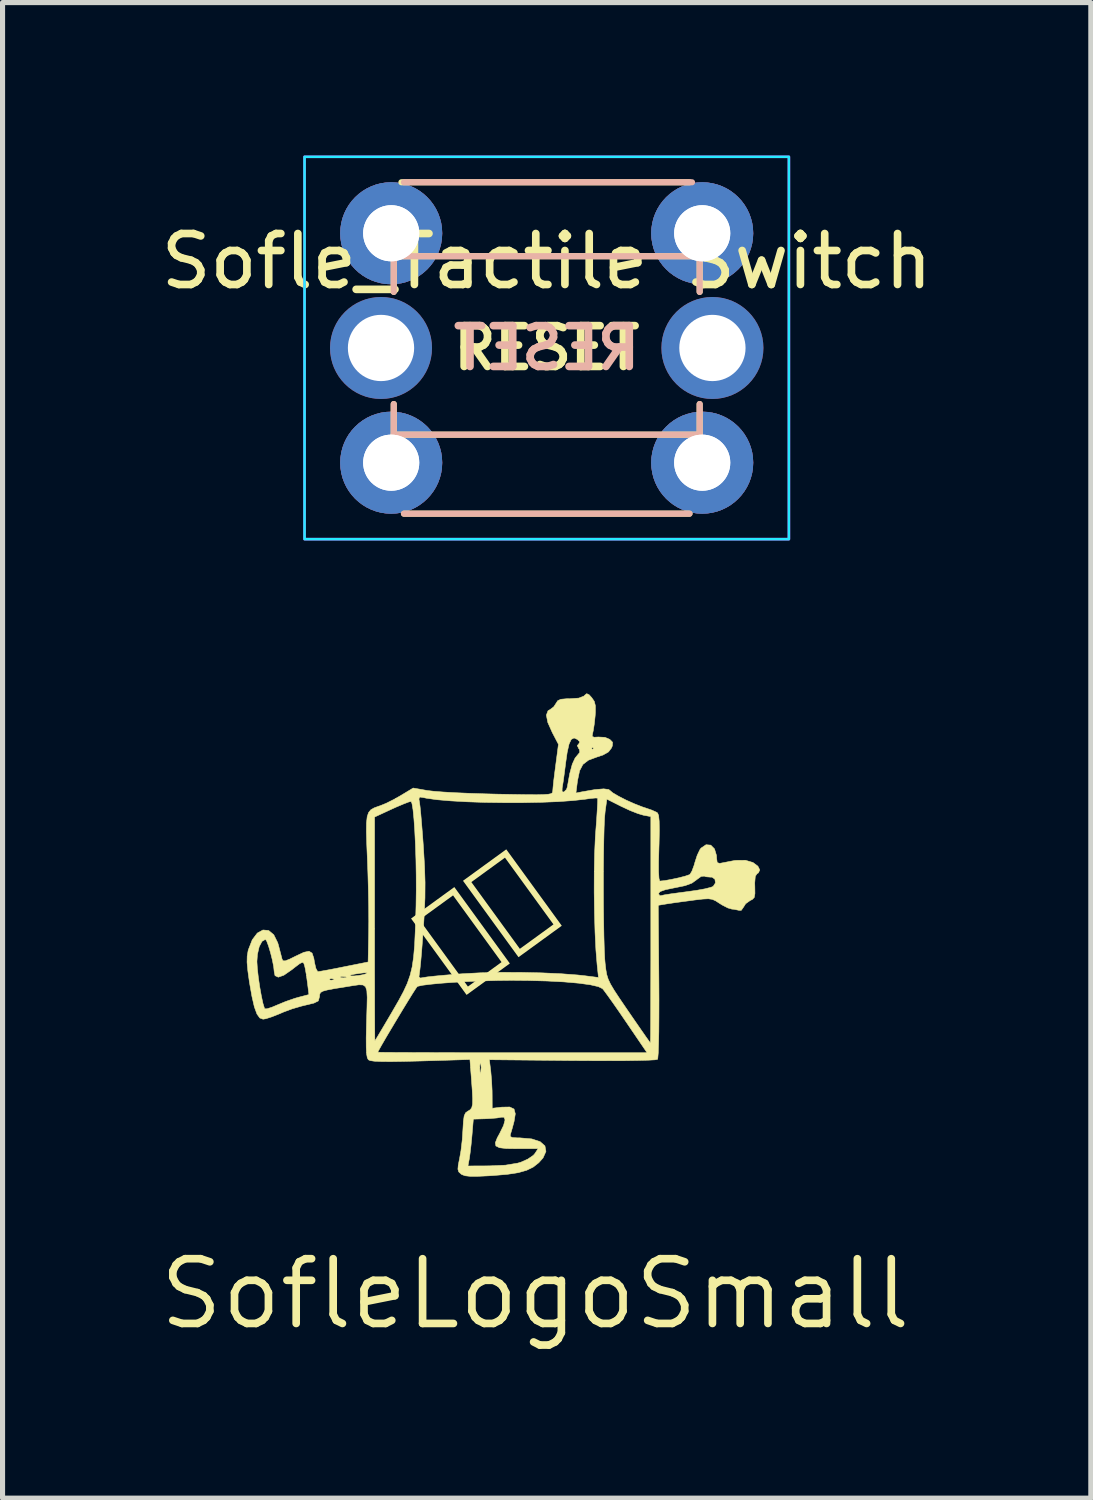
<source format=kicad_pcb>
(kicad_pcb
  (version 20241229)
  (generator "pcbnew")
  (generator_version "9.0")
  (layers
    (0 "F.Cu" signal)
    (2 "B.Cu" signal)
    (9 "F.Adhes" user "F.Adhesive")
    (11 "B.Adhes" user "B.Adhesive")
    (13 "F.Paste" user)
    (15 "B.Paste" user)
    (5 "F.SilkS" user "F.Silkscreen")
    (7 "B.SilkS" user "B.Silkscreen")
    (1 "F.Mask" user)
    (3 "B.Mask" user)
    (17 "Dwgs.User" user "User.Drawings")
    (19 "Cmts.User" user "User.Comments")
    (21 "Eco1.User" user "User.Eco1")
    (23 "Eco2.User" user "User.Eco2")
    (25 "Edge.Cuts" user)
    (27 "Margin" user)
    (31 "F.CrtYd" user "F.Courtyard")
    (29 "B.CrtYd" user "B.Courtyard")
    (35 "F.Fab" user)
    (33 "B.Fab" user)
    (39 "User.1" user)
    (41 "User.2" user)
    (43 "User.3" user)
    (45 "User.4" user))
  (footprint "SofleLogoSmall"
    (layer "F.Cu")
    (at 7.446 22.328)
    (property "Reference" "SofleLogoSmall" (at 0 0 0) (layer "F.SilkS") (effects (font (size 1.27 1.27) (thickness 0.15))))
    (attr through_hole)
    (fp_poly (pts (xy 1.058 -11.752) (xy 1.109 -11.696) (xy 1.16 -11.622) (xy 1.182 -11.535) (xy 1.182 -11.407) (xy 1.177 -11.336) (xy 1.161 -11.183) (xy 1.141 -11.054) (xy 1.128 -10.995) (xy 1.118 -10.937) (xy 1.155 -10.918) (xy 1.24 -10.923) (xy 1.37 -10.916) (xy 1.463 -10.877) (xy 1.519 -10.82) (xy 1.515 -10.751) (xy 1.497 -10.707) (xy 1.438 -10.63) (xy 1.33 -10.569) (xy 1.211 -10.53) (xy 1.045 -10.468) (xy 0.937 -10.385) (xy 0.872 -10.261) (xy 0.833 -10.075) (xy 0.829 -10.051) (xy 0.8 -9.824) (xy 0.921 -9.848) (xy 1.169 -9.891) (xy 1.344 -9.906) (xy 1.443 -9.893) (xy 1.463 -9.878) (xy 1.521 -9.829) (xy 1.637 -9.761) (xy 1.787 -9.684) (xy 1.951 -9.611) (xy 2.105 -9.551) (xy 2.163 -9.532) (xy 2.288 -9.489) (xy 2.381 -9.447) (xy 2.402 -9.432) (xy 2.422 -9.382) (xy 2.433 -9.27) (xy 2.436 -9.089) (xy 2.431 -8.834) (xy 2.428 -8.743) (xy 2.421 -8.48) (xy 2.421 -8.281) (xy 2.429 -8.151) (xy 2.443 -8.098) (xy 2.446 -8.097) (xy 2.539 -8.106) (xy 2.672 -8.13) (xy 2.817 -8.161) (xy 2.944 -8.194) (xy 3.025 -8.222) (xy 3.037 -8.229) (xy 3.075 -8.292) (xy 3.117 -8.405) (xy 3.135 -8.469) (xy 3.179 -8.604) (xy 3.231 -8.713) (xy 3.253 -8.743) (xy 3.352 -8.81) (xy 3.445 -8.802) (xy 3.518 -8.728) (xy 3.557 -8.598) (xy 3.56 -8.54) (xy 3.571 -8.46) (xy 3.618 -8.444) (xy 3.666 -8.453) (xy 3.925 -8.503) (xy 4.125 -8.505) (xy 4.273 -8.461) (xy 4.369 -8.389) (xy 4.406 -8.315) (xy 4.377 -8.256) (xy 4.353 -8.243) (xy 4.318 -8.19) (xy 4.307 -8.061) (xy 4.309 -7.989) (xy 4.311 -7.852) (xy 4.298 -7.776) (xy 4.259 -7.736) (xy 4.219 -7.717) (xy 4.129 -7.653) (xy 4.089 -7.589) (xy 4.043 -7.523) (xy 3.998 -7.523) (xy 3.899 -7.544) (xy 3.859 -7.547) (xy 3.78 -7.57) (xy 3.669 -7.627) (xy 3.621 -7.657) (xy 3.541 -7.709) (xy 3.474 -7.739) (xy 3.396 -7.75) (xy 3.284 -7.744) (xy 3.116 -7.724) (xy 3.075 -7.718) (xy 2.886 -7.693) (xy 2.712 -7.669) (xy 2.584 -7.65) (xy 2.554 -7.645) (xy 2.415 -7.622) (xy 2.427 -6.13) (xy 2.429 -5.76) (xy 2.428 -5.427) (xy 2.426 -5.138) (xy 2.421 -4.903) (xy 2.415 -4.729) (xy 2.406 -4.626) (xy 2.4 -4.6) (xy 2.349 -4.591) (xy 2.222 -4.584) (xy 2.025 -4.579) (xy 1.768 -4.575) (xy 1.456 -4.574) (xy 1.1 -4.575) (xy 0.732 -4.577) (xy -0.898 -4.593) (xy -0.87 -4.366) (xy -0.854 -4.185) (xy -0.844 -3.983) (xy -0.843 -3.89) (xy -0.842 -3.641) (xy -0.653 -3.663) (xy -0.499 -3.666) (xy -0.414 -3.626) (xy -0.389 -3.532) (xy -0.413 -3.383) (xy -0.448 -3.253) (xy -0.478 -3.151) (xy -0.486 -3.128) (xy -0.489 -3.088) (xy -0.447 -3.067) (xy -0.342 -3.06) (xy -0.295 -3.06) (xy -0.066 -3.04) (xy 0.098 -2.986) (xy 0.192 -2.903) (xy 0.212 -2.795) (xy 0.155 -2.667) (xy 0.071 -2.573) (xy -0.037 -2.488) (xy -0.166 -2.425) (xy -0.33 -2.378) (xy -0.546 -2.345) (xy -0.828 -2.321) (xy -0.909 -2.316) (xy -1.126 -2.306) (xy -1.276 -2.306) (xy -1.373 -2.317) (xy -1.436 -2.34) (xy -1.453 -2.351) (xy -1.499 -2.394) (xy -1.515 -2.447) (xy -1.509 -2.509) (xy -1.318 -2.509) (xy -0.9 -2.511) (xy -0.582 -2.525) (xy -0.341 -2.565) (xy -0.275 -2.585) (xy -0.142 -2.645) (xy -0.037 -2.717) (xy -0.005 -2.753) (xy 0.057 -2.848) (xy -0.352 -2.848) (xy -0.564 -2.851) (xy -0.7 -2.867) (xy -0.77 -2.902) (xy -0.781 -2.964) (xy -0.743 -3.061) (xy -0.696 -3.147) (xy -0.619 -3.304) (xy -0.59 -3.413) (xy -0.611 -3.466) (xy -0.662 -3.466) (xy -0.745 -3.451) (xy -0.877 -3.44) (xy -0.974 -3.435) (xy -1.212 -3.428) (xy -1.239 -3.106) (xy -1.256 -2.928) (xy -1.275 -2.765) (xy -1.291 -2.651) (xy -1.292 -2.647) (xy -1.318 -2.509) (xy -1.509 -2.509) (xy -1.506 -2.537) (xy -1.483 -2.65) (xy -1.454 -2.815) (xy -1.43 -3.02) (xy -1.417 -3.216) (xy -1.407 -3.386) (xy -1.392 -3.491) (xy -1.365 -3.551) (xy -1.321 -3.584) (xy -1.313 -3.588) (xy -1.271 -3.614) (xy -1.243 -3.653) (xy -1.228 -3.721) (xy -1.226 -3.83) (xy -1.234 -3.995) (xy -1.251 -4.23) (xy -1.252 -4.241) (xy -1.267 -4.435) (xy -1.086 -4.435) (xy -1.082 -4.348) (xy -1.073 -4.326) (xy -1.067 -4.34) (xy -1.059 -4.441) (xy -1.066 -4.509) (xy -1.078 -4.532) (xy -1.085 -4.482) (xy -1.086 -4.435) (xy -1.267 -4.435) (xy -1.279 -4.597) (xy -2.247 -4.568) (xy -2.58 -4.56) (xy -2.836 -4.556) (xy -3.025 -4.558) (xy -3.155 -4.564) (xy -3.235 -4.576) (xy -3.271 -4.592) (xy -3.292 -4.631) (xy -3.306 -4.709) (xy -3.308 -4.74) (xy -3.086 -4.74) (xy -3.045 -4.739) (xy -2.926 -4.737) (xy -2.737 -4.736) (xy -2.485 -4.735) (xy -2.177 -4.734) (xy -1.82 -4.733) (xy -1.422 -4.732) (xy -0.989 -4.732) (xy -0.529 -4.732) (xy -0.446 -4.732) (xy 2.194 -4.732) (xy 1.791 -5.324) (xy 1.653 -5.526) (xy 1.527 -5.707) (xy 1.422 -5.854) (xy 1.349 -5.953) (xy 1.321 -5.987) (xy 1.239 -6.027) (xy 1.082 -6.063) (xy 0.856 -6.094) (xy 0.571 -6.119) (xy 0.234 -6.137) (xy -0.145 -6.147) (xy -0.464 -6.15) (xy -0.733 -6.147) (xy -1.018 -6.139) (xy -1.306 -6.127) (xy -1.582 -6.112) (xy -1.834 -6.094) (xy -2.046 -6.074) (xy -2.206 -6.054) (xy -2.299 -6.034) (xy -2.313 -6.027) (xy -2.342 -5.987) (xy -2.405 -5.889) (xy -2.493 -5.747) (xy -2.598 -5.575) (xy -2.71 -5.389) (xy -2.822 -5.202) (xy -2.924 -5.03) (xy -3.008 -4.885) (xy -3.065 -4.784) (xy -3.086 -4.74) (xy -3.086 -4.74) (xy -3.308 -4.74) (xy -3.313 -4.837) (xy -3.314 -5.025) (xy -3.308 -5.285) (xy -3.306 -5.355) (xy -3.298 -5.622) (xy -3.294 -5.816) (xy -3.301 -5.946) (xy -3.326 -6.024) (xy -3.375 -6.059) (xy -3.456 -6.063) (xy -3.575 -6.046) (xy -3.721 -6.022) (xy -3.934 -5.988) (xy -4.077 -5.961) (xy -4.165 -5.937) (xy -4.21 -5.91) (xy -4.226 -5.874) (xy -4.229 -5.83) (xy -4.253 -5.746) (xy -4.338 -5.704) (xy -4.345 -5.702) (xy -4.581 -5.645) (xy -4.766 -5.591) (xy -4.933 -5.529) (xy -5.024 -5.49) (xy -5.163 -5.435) (xy -5.281 -5.397) (xy -5.337 -5.388) (xy -5.401 -5.412) (xy -5.456 -5.489) (xy -5.507 -5.628) (xy -5.555 -5.836) (xy -5.604 -6.114) (xy -5.635 -6.337) (xy -5.65 -6.499) (xy -5.65 -6.52) (xy -5.457 -6.52) (xy -5.449 -6.388) (xy -5.43 -6.216) (xy -5.403 -6.029) (xy -5.371 -5.849) (xy -5.339 -5.699) (xy -5.31 -5.605) (xy -5.304 -5.592) (xy -5.259 -5.592) (xy -5.162 -5.623) (xy -5.065 -5.664) (xy -4.896 -5.734) (xy -4.717 -5.796) (xy -4.641 -5.818) (xy -4.437 -5.871) (xy -4.466 -6.103) (xy -4.474 -6.16) (xy -4.041 -6.16) (xy -4 -6.153) (xy -3.945 -6.161) (xy -3.944 -6.175) (xy -4.001 -6.186) (xy -4.025 -6.179) (xy -4.041 -6.16) (xy -4.474 -6.16) (xy -4.48 -6.205) (xy -3.822 -6.205) (xy -3.763 -6.199) (xy -3.703 -6.206) (xy -3.71 -6.22) (xy -3.797 -6.226) (xy -3.816 -6.22) (xy -3.822 -6.205) (xy -4.48 -6.205) (xy -4.487 -6.25) (xy -3.633 -6.25) (xy -3.619 -6.237) (xy -3.551 -6.236) (xy -3.457 -6.246) (xy -3.366 -6.263) (xy -3.319 -6.278) (xy -3.294 -6.298) (xy -3.352 -6.298) (xy -3.425 -6.29) (xy -3.543 -6.272) (xy -3.619 -6.255) (xy -3.633 -6.25) (xy -4.487 -6.25) (xy -4.487 -6.254) (xy -4.51 -6.385) (xy -4.522 -6.437) (xy -4.539 -6.488) (xy -4.564 -6.504) (xy -4.616 -6.479) (xy -4.709 -6.409) (xy -4.771 -6.36) (xy -4.928 -6.251) (xy -5.038 -6.212) (xy -5.102 -6.242) (xy -5.118 -6.32) (xy -5.128 -6.416) (xy -5.154 -6.548) (xy -5.19 -6.692) (xy -5.229 -6.823) (xy -5.265 -6.919) (xy -5.29 -6.954) (xy -5.357 -6.915) (xy -5.412 -6.81) (xy -5.447 -6.659) (xy -5.457 -6.52) (xy -5.65 -6.52) (xy -5.648 -6.623) (xy -5.63 -6.73) (xy -5.625 -6.749) (xy -5.548 -6.946) (xy -5.449 -7.077) (xy -5.338 -7.138) (xy -5.227 -7.128) (xy -5.127 -7.045) (xy -5.049 -6.888) (xy -5.035 -6.841) (xy -5 -6.707) (xy -4.972 -6.599) (xy -4.964 -6.567) (xy -4.945 -6.534) (xy -4.901 -6.532) (xy -4.815 -6.566) (xy -4.692 -6.627) (xy -4.536 -6.7) (xy -4.435 -6.721) (xy -4.375 -6.684) (xy -4.341 -6.584) (xy -4.326 -6.494) (xy -4.301 -6.386) (xy -4.268 -6.326) (xy -4.255 -6.321) (xy -4.197 -6.33) (xy -4.074 -6.352) (xy -3.906 -6.384) (xy -3.742 -6.417) (xy -3.276 -6.51) (xy -3.265 -7.08) (xy -3.263 -7.311) (xy -3.265 -7.6) (xy -3.271 -7.922) (xy -3.28 -8.249) (xy -3.29 -8.516) (xy -3.303 -8.826) (xy -3.31 -9.061) (xy -3.308 -9.235) (xy -3.295 -9.353) (xy -3.149 -9.353) (xy -3.149 -7.159) (xy -3.149 -6.737) (xy -3.149 -6.341) (xy -3.148 -5.981) (xy -3.148 -5.662) (xy -3.147 -5.394) (xy -3.146 -5.184) (xy -3.145 -5.04) (xy -3.143 -4.97) (xy -3.143 -4.965) (xy -3.12 -4.999) (xy -3.063 -5.095) (xy -2.977 -5.239) (xy -2.871 -5.419) (xy -2.796 -5.547) (xy -2.677 -5.753) (xy -2.582 -5.93) (xy -2.508 -6.09) (xy -2.453 -6.247) (xy -2.412 -6.415) (xy -2.384 -6.608) (xy -2.364 -6.839) (xy -2.351 -7.123) (xy -2.34 -7.473) (xy -2.336 -7.617) (xy -2.332 -7.908) (xy -2.333 -8.212) (xy -2.338 -8.517) (xy -2.348 -8.81) (xy -2.361 -9.079) (xy -2.377 -9.311) (xy -2.395 -9.494) (xy -2.415 -9.615) (xy -2.432 -9.658) (xy -2.475 -9.65) (xy -2.577 -9.611) (xy -2.719 -9.551) (xy -2.799 -9.515) (xy -3.149 -9.353) (xy -3.295 -9.353) (xy -3.295 -9.358) (xy -3.267 -9.441) (xy -3.223 -9.495) (xy -3.159 -9.532) (xy -3.073 -9.564) (xy -3.039 -9.575) (xy -2.921 -9.623) (xy -2.768 -9.7) (xy -2.751 -9.709) (xy -2.28 -9.709) (xy -2.268 -9.638) (xy -2.257 -9.557) (xy -2.242 -9.408) (xy -2.225 -9.206) (xy -2.206 -8.969) (xy -2.19 -8.743) (xy -2.169 -8.382) (xy -2.159 -8.069) (xy -2.161 -7.767) (xy -2.175 -7.442) (xy -2.19 -7.198) (xy -2.209 -6.942) (xy -2.227 -6.708) (xy -2.244 -6.512) (xy -2.259 -6.37) (xy -2.268 -6.302) (xy -2.279 -6.218) (xy -2.251 -6.195) (xy -2.192 -6.205) (xy -2.117 -6.217) (xy -1.973 -6.233) (xy -1.78 -6.251) (xy -1.553 -6.27) (xy -1.414 -6.28) (xy -1.074 -6.298) (xy -0.688 -6.307) (xy -0.281 -6.306) (xy 0.124 -6.297) (xy 0.504 -6.28) (xy 0.835 -6.255) (xy 0.973 -6.24) (xy 1.242 -6.206) (xy 1.215 -6.464) (xy 1.192 -6.744) (xy 1.175 -7.087) (xy 1.164 -7.469) (xy 1.158 -7.868) (xy 1.158 -7.958) (xy 1.339 -7.958) (xy 1.34 -7.625) (xy 1.344 -7.306) (xy 1.349 -7.015) (xy 1.356 -6.766) (xy 1.365 -6.573) (xy 1.373 -6.481) (xy 1.387 -6.362) (xy 1.404 -6.265) (xy 1.432 -6.175) (xy 1.478 -6.077) (xy 1.549 -5.957) (xy 1.653 -5.799) (xy 1.795 -5.59) (xy 1.83 -5.539) (xy 1.967 -5.34) (xy 2.086 -5.168) (xy 2.18 -5.033) (xy 2.241 -4.948) (xy 2.261 -4.922) (xy 2.262 -4.963) (xy 2.264 -5.081) (xy 2.265 -5.268) (xy 2.266 -5.516) (xy 2.267 -5.818) (xy 2.268 -6.165) (xy 2.269 -6.549) (xy 2.269 -6.964) (xy 2.269 -7.142) (xy 2.269 -7.852) (xy 2.417 -7.852) (xy 2.446 -7.81) (xy 2.471 -7.812) (xy 2.533 -7.826) (xy 2.659 -7.846) (xy 2.829 -7.869) (xy 2.973 -7.888) (xy 3.166 -7.915) (xy 3.331 -7.945) (xy 3.449 -7.975) (xy 3.492 -7.993) (xy 3.536 -8.061) (xy 3.526 -8.133) (xy 3.47 -8.174) (xy 3.439 -8.174) (xy 3.348 -8.182) (xy 3.32 -8.194) (xy 3.257 -8.189) (xy 3.172 -8.128) (xy 3.167 -8.123) (xy 3.075 -8.057) (xy 2.94 -8.007) (xy 2.741 -7.966) (xy 2.74 -7.966) (xy 2.556 -7.928) (xy 2.451 -7.891) (xy 2.417 -7.852) (xy 2.269 -7.852) (xy 2.269 -9.362) (xy 2.124 -9.389) (xy 2.013 -9.422) (xy 1.86 -9.482) (xy 1.698 -9.558) (xy 1.693 -9.56) (xy 1.407 -9.704) (xy 1.373 -9.461) (xy 1.362 -9.34) (xy 1.353 -9.149) (xy 1.347 -8.901) (xy 1.342 -8.61) (xy 1.339 -8.291) (xy 1.339 -7.958) (xy 1.158 -7.958) (xy 1.159 -8.263) (xy 1.166 -8.631) (xy 1.18 -8.949) (xy 1.188 -9.064) (xy 1.205 -9.288) (xy 1.217 -9.48) (xy 1.225 -9.626) (xy 1.227 -9.71) (xy 1.225 -9.725) (xy 1.179 -9.726) (xy 1.075 -9.716) (xy 0.978 -9.702) (xy 0.742 -9.676) (xy 0.45 -9.655) (xy 0.116 -9.642) (xy -0.246 -9.635) (xy -0.618 -9.635) (xy -0.988 -9.64) (xy -1.339 -9.652) (xy -1.657 -9.67) (xy -1.927 -9.693) (xy -2.132 -9.722) (xy -2.192 -9.735) (xy -2.262 -9.745) (xy -2.28 -9.709) (xy -2.751 -9.709) (xy -2.639 -9.773) (xy -2.392 -9.922) (xy -2.114 -9.873) (xy -1.995 -9.859) (xy -1.806 -9.844) (xy -1.563 -9.83) (xy -1.281 -9.818) (xy -0.975 -9.808) (xy -0.747 -9.802) (xy -0.415 -9.796) (xy -0.159 -9.792) (xy 0.033 -9.791) (xy 0.168 -9.794) (xy 0.257 -9.8) (xy 0.31 -9.811) (xy 0.336 -9.827) (xy 0.344 -9.849) (xy 0.344 -9.851) (xy 0.528 -9.851) (xy 0.563 -9.843) (xy 0.615 -9.895) (xy 0.631 -9.942) (xy 0.678 -10.203) (xy 0.728 -10.389) (xy 0.783 -10.509) (xy 0.818 -10.552) (xy 0.876 -10.622) (xy 0.868 -10.679) (xy 0.855 -10.695) (xy 0.853 -10.701) (xy 1.105 -10.701) (xy 1.126 -10.68) (xy 1.147 -10.701) (xy 1.126 -10.722) (xy 1.105 -10.701) (xy 0.853 -10.701) (xy 0.826 -10.754) (xy 0.855 -10.788) (xy 0.877 -10.827) (xy 0.831 -10.874) (xy 0.763 -10.904) (xy 0.708 -10.876) (xy 0.665 -10.784) (xy 0.628 -10.62) (xy 0.6 -10.423) (xy 0.576 -10.236) (xy 0.554 -10.072) (xy 0.536 -9.956) (xy 0.53 -9.924) (xy 0.528 -9.851) (xy 0.344 -9.851) (xy 0.345 -9.86) (xy 0.351 -9.934) (xy 0.365 -10.07) (xy 0.387 -10.245) (xy 0.402 -10.36) (xy 0.457 -10.78) (xy 0.337 -11.009) (xy 0.248 -11.209) (xy 0.22 -11.352) (xy 0.253 -11.438) (xy 0.29 -11.459) (xy 0.365 -11.515) (xy 0.407 -11.579) (xy 0.443 -11.635) (xy 0.504 -11.663) (xy 0.614 -11.673) (xy 0.682 -11.674) (xy 0.857 -11.686) (xy 0.956 -11.725) (xy 0.967 -11.737) (xy 1.011 -11.773) (xy 1.058 -11.752)) (stroke (width 0.01) (type solid)) (fill yes) (layer "F.SilkS"))
    (fp_text user "七十" (at -1.5 -5.9 36) (unlocked yes) (layer "F.SilkS") (effects (font (face "MS PGothic") (size 1.5 1.5) (thickness 0.225)) (justify left bottom))))
  (footprint "Sofle_Tactile Switch"
    (layer "F.Cu")
    (at 7.673 3.775)
    (property "Reference" "Sofle_Tactile Switch" (at 0 -1.7 0) (layer "F.SilkS") (effects (font (size 1 1) (thickness 0.15))))
    (attr through_hole)
    (fp_line (start -3 -1.8) (end -3 -1.1) (stroke (width 0.12) (type solid)) (layer "F.SilkS"))
    (fp_line (start -3 1.7) (end -3 1.1) (stroke (width 0.12) (type solid)) (layer "F.SilkS"))
    (fp_line (start -3 1.7) (end 3 1.7) (stroke (width 0.12) (type solid)) (layer "F.SilkS"))
    (fp_line (start 2.8 -3.25) (end -2.85 -3.25) (stroke (width 0.12) (type solid)) (layer "F.SilkS"))
    (fp_line (start 2.8 3.25) (end -2.8 3.25) (stroke (width 0.12) (type solid)) (layer "F.SilkS"))
    (fp_line (start 3 -1.8) (end -3 -1.8) (stroke (width 0.12) (type solid)) (layer "F.SilkS"))
    (fp_line (start 3 -1.8) (end 3 -1.1) (stroke (width 0.12) (type solid)) (layer "F.SilkS"))
    (fp_line (start 3 1.7) (end 3 1.1) (stroke (width 0.12) (type solid)) (layer "F.SilkS"))
    (fp_line (start -3 -1.8) (end -3 -1.1) (stroke (width 0.12) (type solid)) (layer "B.SilkS"))
    (fp_line (start -3 -1.8) (end 3 -1.8) (stroke (width 0.12) (type solid)) (layer "B.SilkS"))
    (fp_line (start -3 1.7) (end -3 1.1) (stroke (width 0.12) (type solid)) (layer "B.SilkS"))
    (fp_line (start -2.8 -3.25) (end 2.85 -3.25) (stroke (width 0.12) (type solid)) (layer "B.SilkS"))
    (fp_line (start -2.8 3.25) (end 2.8 3.25) (stroke (width 0.12) (type solid)) (layer "B.SilkS"))
    (fp_line (start 3 -1.8) (end 3 -1.1) (stroke (width 0.12) (type solid)) (layer "B.SilkS"))
    (fp_line (start 3 1.7) (end -3 1.7) (stroke (width 0.12) (type solid)) (layer "B.SilkS"))
    (fp_line (start 3 1.7) (end 3 1.1) (stroke (width 0.12) (type solid)) (layer "B.SilkS"))
    (fp_rect (start -4.75 -3.75) (end 4.75 3.75) (stroke (width 0.05) (type solid)) (fill no) (layer "B.CrtYd"))
    (fp_rect (start -4.75 -3.75) (end 4.75 3.75) (stroke (width 0.05) (type solid)) (fill no) (layer "F.CrtYd"))
    (fp_text user "RESET" (at 0 0 0) (layer "F.SilkS") (effects (font (size 0.8 0.8) (thickness 0.15))))
    (fp_text user "RESET" (at 0 0 0) (layer "B.SilkS") (effects (font (size 0.8 0.8) (thickness 0.15)) (justify mirror)))
    (pad "1" thru_hole circle (at -3.25 0) (size 2 2) (drill 1.3) (layers "*.Cu" "*.Mask"))
    (pad "1" thru_hole circle (at -3.05 2.25 90) (size 2 2) (drill 1.1) (layers "*.Cu" "*.Mask"))
    (pad "1" thru_hole circle (at -3.05 2.25 270) (size 2 2) (drill 1.1) (layers "*.Cu" "*.Mask"))
    (pad "1" thru_hole circle (at 3.05 2.25 90) (size 2 2) (drill 1.1) (layers "*.Cu" "*.Mask"))
    (pad "1" thru_hole circle (at 3.05 2.25 270) (size 2 2) (drill 1.1) (layers "*.Cu" "*.Mask"))
    (pad "2" thru_hole circle (at -3.05 -2.25 90) (size 2 2) (drill 1.1) (layers "*.Cu" "*.Mask"))
    (pad "2" thru_hole circle (at -3.05 -2.25 270) (size 2 2) (drill 1.1) (layers "*.Cu" "*.Mask"))
    (pad "2" thru_hole circle (at 3.05 -2.25 90) (size 2 2) (drill 1.1) (layers "*.Cu" "*.Mask"))
    (pad "2" thru_hole circle (at 3.05 -2.25 270) (size 2 2) (drill 1.1) (layers "*.Cu" "*.Mask"))
    (pad "2" thru_hole circle (at 3.25 0) (size 2 2) (drill 1.3) (layers "*.Cu" "*.Mask")))
  (gr_rect
    (start -3 -3)
    (end 18.345 26.334)
    (stroke (width 0.1) (type default))
    (fill no)
    (layer "Edge.Cuts")))
</source>
